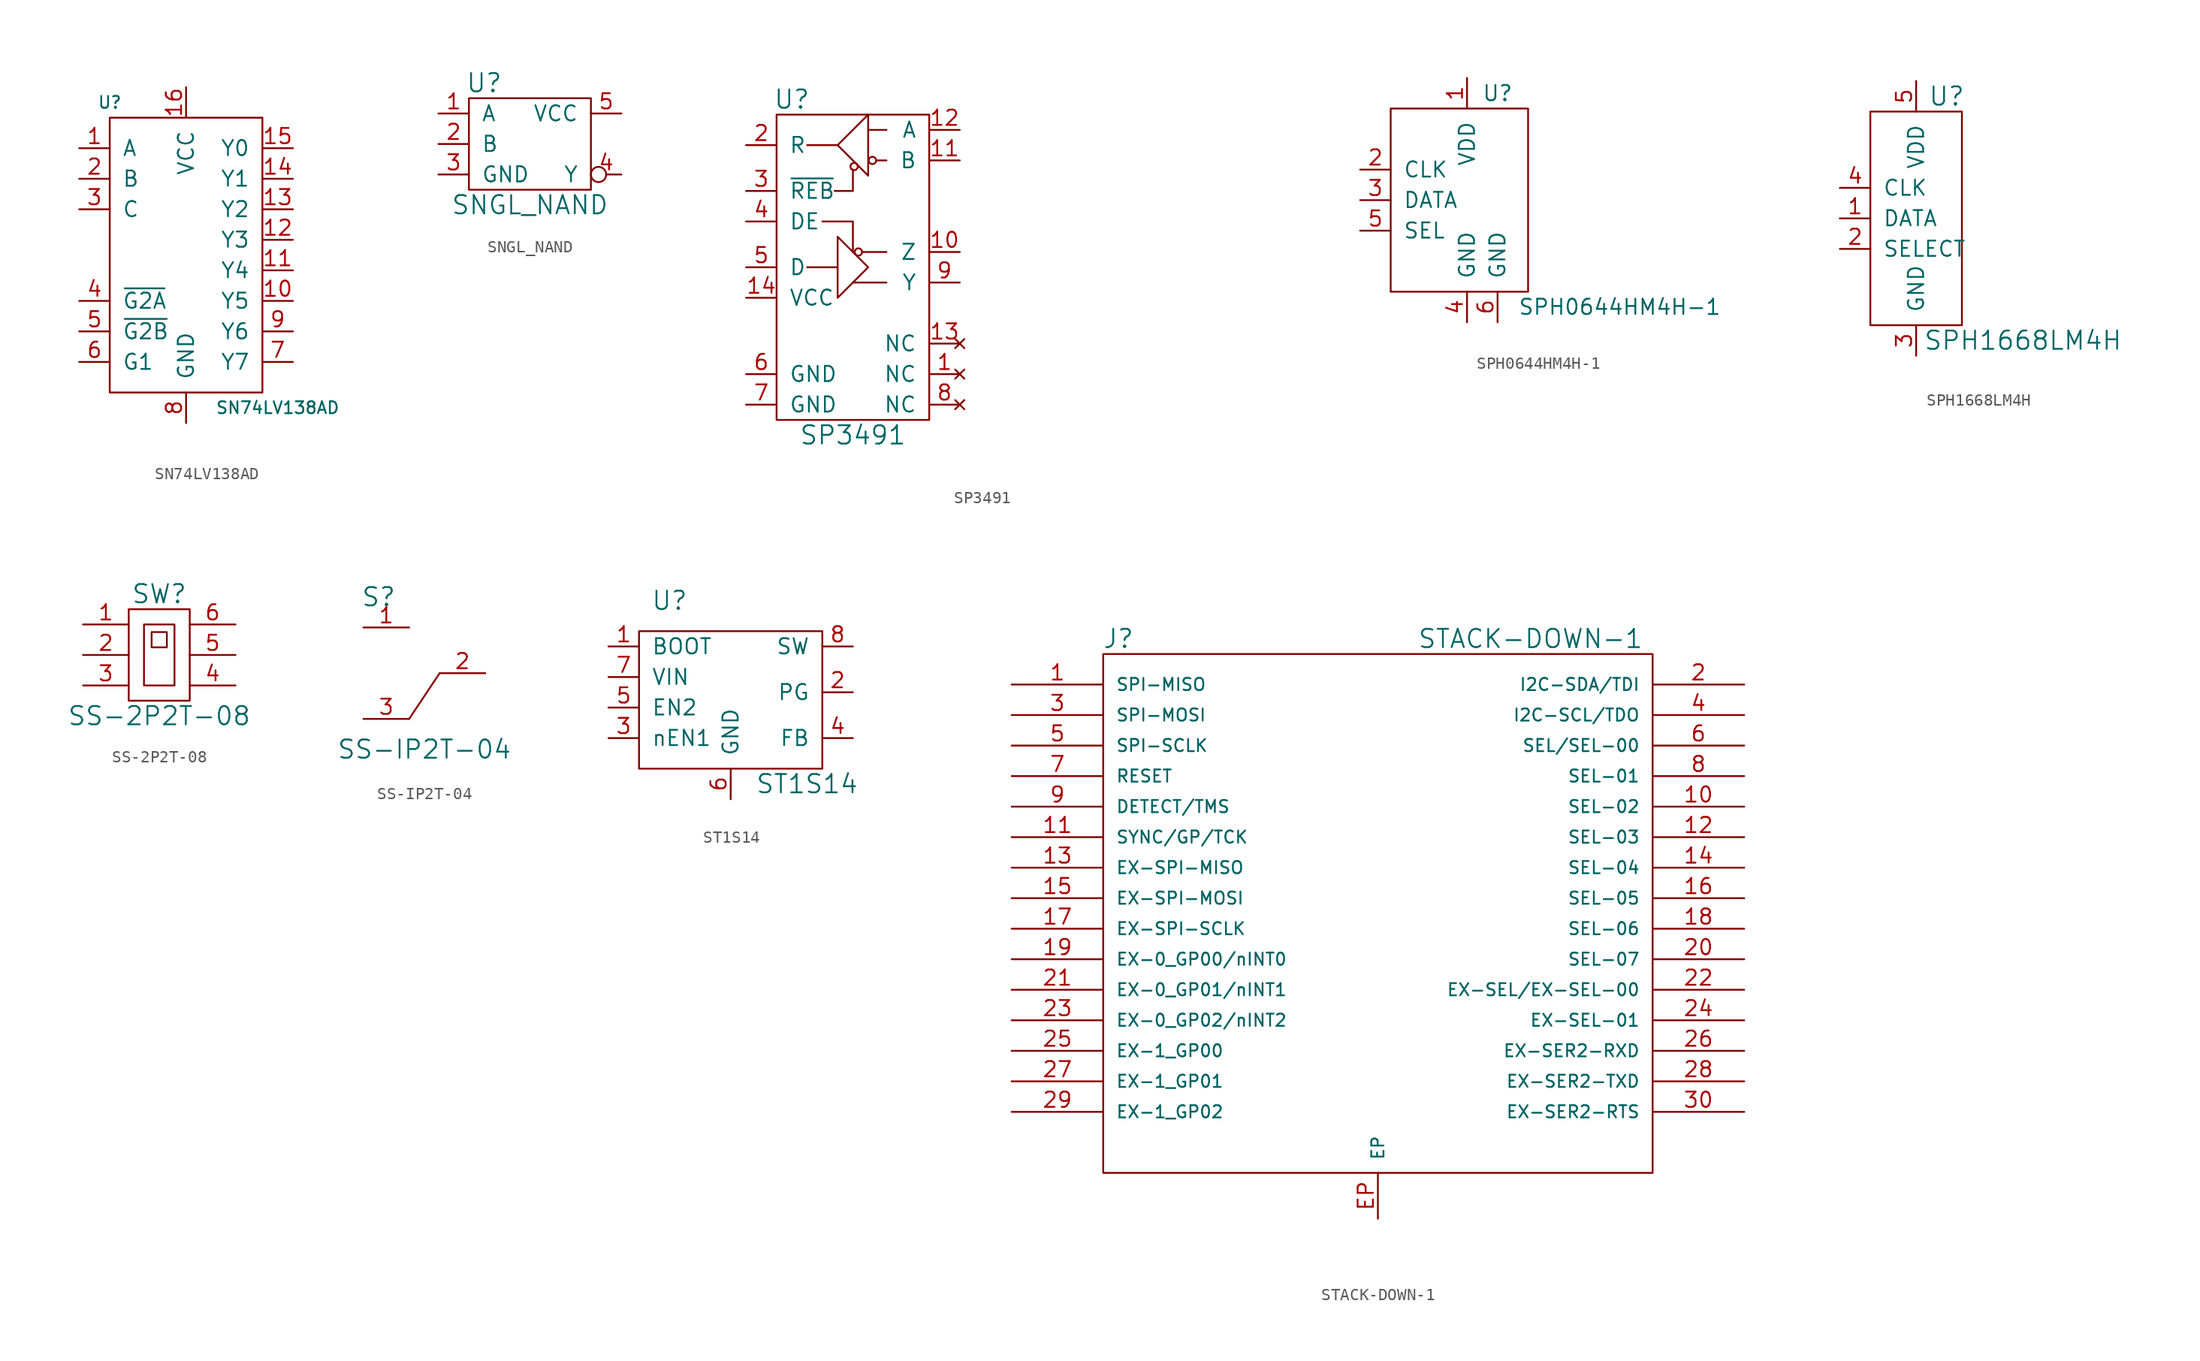
<source format=kicad_sym>
(kicad_symbol_lib
  (version 20211014)
  (generator kicad_symbol_editor)
  (symbol "SN74LV138AD"
    (pin_names
      (offset 1.016))
    (property "Reference" "U"
      (at -6.35 12.7 0)
      (effects (font (size 0.991 0.991))))
    (property "Value" "SN74LV138AD"
      (at 7.62 -12.7 0)
      (effects (font (size 0.991 0.991))))
    (symbol "SN74LV138AD_0_1"
      (rectangle (start -6.35 11.43) (end 6.35 -11.43) (stroke (width 0) (type default) (color 0 0 0 0)) (fill (type none))))
    (symbol "SN74LV138AD_1_1"
      (pin input line (at -8.89 8.89 0) (length 2.54) (name "A" (effects (font (size 1.27 1.27)))) (number "1" (effects (font (size 1.27 1.27)))))
      (pin input line (at 8.89 -3.81 180) (length 2.54) (name "Y5" (effects (font (size 1.27 1.27)))) (number "10" (effects (font (size 1.27 1.27)))))
      (pin input line (at 8.89 -1.27 180) (length 2.54) (name "Y4" (effects (font (size 1.27 1.27)))) (number "11" (effects (font (size 1.27 1.27)))))
      (pin input line (at 8.89 1.27 180) (length 2.54) (name "Y3" (effects (font (size 1.27 1.27)))) (number "12" (effects (font (size 1.27 1.27)))))
      (pin input line (at 8.89 3.81 180) (length 2.54) (name "Y2" (effects (font (size 1.27 1.27)))) (number "13" (effects (font (size 1.27 1.27)))))
      (pin input line (at 8.89 6.35 180) (length 2.54) (name "Y1" (effects (font (size 1.27 1.27)))) (number "14" (effects (font (size 1.27 1.27)))))
      (pin input line (at 8.89 8.89 180) (length 2.54) (name "Y0" (effects (font (size 1.27 1.27)))) (number "15" (effects (font (size 1.27 1.27)))))
      (pin input line (at 0 13.97 270) (length 2.54) (name "VCC" (effects (font (size 1.27 1.27)))) (number "16" (effects (font (size 1.27 1.27)))))
      (pin input line (at -8.89 6.35 0) (length 2.54) (name "B" (effects (font (size 1.27 1.27)))) (number "2" (effects (font (size 1.27 1.27)))))
      (pin input line (at -8.89 3.81 0) (length 2.54) (name "C" (effects (font (size 1.27 1.27)))) (number "3" (effects (font (size 1.27 1.27)))))
      (pin input line (at -8.89 -3.81 0) (length 2.54) (name "~{G2A}" (effects (font (size 1.27 1.27)))) (number "4" (effects (font (size 1.27 1.27)))))
      (pin input line (at -8.89 -6.35 0) (length 2.54) (name "~{G2B}" (effects (font (size 1.27 1.27)))) (number "5" (effects (font (size 1.27 1.27)))))
      (pin input line (at -8.89 -8.89 0) (length 2.54) (name "G1" (effects (font (size 1.27 1.27)))) (number "6" (effects (font (size 1.27 1.27)))))
      (pin input line (at 8.89 -8.89 180) (length 2.54) (name "Y7" (effects (font (size 1.27 1.27)))) (number "7" (effects (font (size 1.27 1.27)))))
      (pin input line (at 0 -13.97 90) (length 2.54) (name "GND" (effects (font (size 1.27 1.27)))) (number "8" (effects (font (size 1.27 1.27)))))
      (pin input line (at 8.89 -6.35 180) (length 2.54) (name "Y6" (effects (font (size 1.27 1.27)))) (number "9" (effects (font (size 1.27 1.27)))))))
  (symbol "SNGL_NAND"
    (pin_names
      (offset 1.016))
    (property "Reference" "U"
      (at -3.81 5.08 0)
      (effects (font (size 1.524 1.524))))
    (property "Value" "SNGL_NAND"
      (at 0 -5.08 0)
      (effects (font (size 1.524 1.524))))
    (property "Footprint" ""
      (at 3.81 6.35 0)
      (effects (font (size 1.524 1.524))))
    (property "Datasheet" ""
      (at 3.81 6.35 0)
      (effects (font (size 1.524 1.524))))
    (symbol "SNGL_NAND_0_1"
      (rectangle (start -5.08 3.81) (end 5.08 -3.81) (stroke (width 0) (type default) (color 0 0 0 0)) (fill (type none))))
    (symbol "SNGL_NAND_1_1"
      (pin input line (at -7.62 2.54 0) (length 2.54) (name "A" (effects (font (size 1.27 1.27)))) (number "1" (effects (font (size 1.27 1.27)))))
      (pin input line (at -7.62 0 0) (length 2.54) (name "B" (effects (font (size 1.27 1.27)))) (number "2" (effects (font (size 1.27 1.27)))))
      (pin passive line (at -7.62 -2.54 0) (length 2.54) (name "GND" (effects (font (size 1.27 1.27)))) (number "3" (effects (font (size 1.27 1.27)))))
      (pin output inverted (at 7.62 -2.54 180) (length 2.54) (name "Y" (effects (font (size 1.27 1.27)))) (number "4" (effects (font (size 1.27 1.27)))))
      (pin passive line (at 7.62 2.54 180) (length 2.54) (name "VCC" (effects (font (size 1.27 1.27)))) (number "5" (effects (font (size 1.27 1.27)))))))
  (symbol "SP3491"
    (pin_names
      (offset 1.016))
    (property "Reference" "U"
      (at -5.08 13.97 0)
      (effects (font (size 1.524 1.524))))
    (property "Value" "SP3491"
      (at 0 -13.97 0)
      (effects (font (size 1.524 1.524))))
    (property "Footprint" ""
      (at 30.48 -2.54 0)
      (effects (font (size 1.524 1.524))))
    (property "Datasheet" ""
      (at 30.48 -2.54 0)
      (effects (font (size 1.524 1.524))))
    (symbol "SP3491_0_1"
      (rectangle (start -6.35 12.7) (end 6.35 -12.7) (stroke (width 0) (type default) (color 0 0 0 0)) (fill (type none)))
      (polyline (pts (xy -3.81 0) (xy -1.27 0)) (stroke (width 0) (type default) (color 0 0 0 0)) (fill (type none)))
      (polyline (pts (xy -1.27 10.16) (xy -3.81 10.16)) (stroke (width 0) (type default) (color 0 0 0 0)) (fill (type none)))
      (polyline (pts (xy 1.27 11.43) (xy 2.794 11.43)) (stroke (width 0) (type default) (color 0 0 0 0)) (fill (type none)))
      (polyline (pts (xy 2.032 8.89) (xy 2.794 8.89)) (stroke (width 0) (type default) (color 0 0 0 0)) (fill (type none)))
      (polyline (pts (xy 2.794 -1.27) (xy 0 -1.27)) (stroke (width 0) (type default) (color 0 0 0 0)) (fill (type none)))
      (polyline (pts (xy 2.794 1.27) (xy 0.762 1.27)) (stroke (width 0) (type default) (color 0 0 0 0)) (fill (type none)))
      (polyline (pts (xy -2.54 3.81) (xy 0 3.81) (xy 0 1.27)) (stroke (width 0) (type default) (color 0 0 0 0)) (fill (type none)))
      (polyline (pts (xy 0 8.128) (xy 0 6.35) (xy -1.524 6.35)) (stroke (width 0) (type default) (color 0 0 0 0)) (fill (type none)))
      (polyline (pts (xy -1.27 10.16) (xy 1.27 12.7) (xy 1.27 7.62) (xy -1.27 10.16)) (stroke (width 0) (type default) (color 0 0 0 0)) (fill (type none)))
      (polyline (pts (xy 1.27 0) (xy -1.27 -2.54) (xy -1.27 2.54) (xy 1.27 0)) (stroke (width 0) (type default) (color 0 0 0 0)) (fill (type none)))
      (circle (center 0.102 8.382) (radius 0.305) (stroke (width 0) (type default) (color 0 0 0 0)) (fill (type none)))
      (circle (center 0.457 1.27) (radius 0.305) (stroke (width 0) (type default) (color 0 0 0 0)) (fill (type none)))
      (circle (center 1.626 8.89) (radius 0.305) (stroke (width 0) (type default) (color 0 0 0 0)) (fill (type none))))
    (symbol "SP3491_1_1"
      (pin no_connect line (at 8.89 -8.89 180) (length 2.54) (name "NC" (effects (font (size 1.27 1.27)))) (number "1" (effects (font (size 1.27 1.27)))))
      (pin passive line (at 8.89 1.27 180) (length 2.54) (name "Z" (effects (font (size 1.27 1.27)))) (number "10" (effects (font (size 1.27 1.27)))))
      (pin passive line (at 8.89 8.89 180) (length 2.54) (name "B" (effects (font (size 1.27 1.27)))) (number "11" (effects (font (size 1.27 1.27)))))
      (pin passive line (at 8.89 11.43 180) (length 2.54) (name "A" (effects (font (size 1.27 1.27)))) (number "12" (effects (font (size 1.27 1.27)))))
      (pin no_connect line (at 8.89 -6.35 180) (length 2.54) (name "NC" (effects (font (size 1.27 1.27)))) (number "13" (effects (font (size 1.27 1.27)))))
      (pin passive line (at -8.89 -2.54 0) (length 2.54) (name "VCC" (effects (font (size 1.27 1.27)))) (number "14" (effects (font (size 1.27 1.27)))))
      (pin passive line (at -8.89 10.16 0) (length 2.54) (name "R" (effects (font (size 1.27 1.27)))) (number "2" (effects (font (size 1.27 1.27)))))
      (pin passive line (at -8.89 6.35 0) (length 2.54) (name "~{REB}" (effects (font (size 1.27 1.27)))) (number "3" (effects (font (size 1.27 1.27)))))
      (pin passive line (at -8.89 3.81 0) (length 2.54) (name "DE" (effects (font (size 1.27 1.27)))) (number "4" (effects (font (size 1.27 1.27)))))
      (pin passive line (at -8.89 0 0) (length 2.54) (name "D" (effects (font (size 1.27 1.27)))) (number "5" (effects (font (size 1.27 1.27)))))
      (pin passive line (at -8.89 -8.89 0) (length 2.54) (name "GND" (effects (font (size 1.27 1.27)))) (number "6" (effects (font (size 1.27 1.27)))))
      (pin passive line (at -8.89 -11.43 0) (length 2.54) (name "GND" (effects (font (size 1.27 1.27)))) (number "7" (effects (font (size 1.27 1.27)))))
      (pin no_connect line (at 8.89 -11.43 180) (length 2.54) (name "NC" (effects (font (size 1.27 1.27)))) (number "8" (effects (font (size 1.27 1.27)))))
      (pin passive line (at 8.89 -1.27 180) (length 2.54) (name "Y" (effects (font (size 1.27 1.27)))) (number "9" (effects (font (size 1.27 1.27)))))))
  (symbol "SPH0644HM4H-1"
    (pin_names
      (offset 1.016))
    (property "Reference" "U"
      (at 1.27 8.89 0)
      (effects (font (size 1.27 1.27))))
    (property "Value" "SPH0644HM4H-1"
      (at 11.43 -8.89 0)
      (effects (font (size 1.27 1.27))))
    (symbol "SPH0644HM4H-1_0_1"
      (rectangle (start -7.62 7.62) (end 3.81 -7.62) (stroke (width 0) (type default) (color 0 0 0 0)) (fill (type none))))
    (symbol "SPH0644HM4H-1_1_1"
      (pin passive line (at -1.27 10.16 270) (length 2.54) (name "VDD" (effects (font (size 1.27 1.27)))) (number "1" (effects (font (size 1.27 1.27)))))
      (pin passive line (at -10.16 2.54 0) (length 2.54) (name "CLK" (effects (font (size 1.27 1.27)))) (number "2" (effects (font (size 1.27 1.27)))))
      (pin passive line (at -10.16 0 0) (length 2.54) (name "DATA" (effects (font (size 1.27 1.27)))) (number "3" (effects (font (size 1.27 1.27)))))
      (pin passive line (at -1.27 -10.16 90) (length 2.54) (name "GND" (effects (font (size 1.27 1.27)))) (number "4" (effects (font (size 1.27 1.27)))))
      (pin passive line (at -10.16 -2.54 0) (length 2.54) (name "SEL" (effects (font (size 1.27 1.27)))) (number "5" (effects (font (size 1.27 1.27)))))
      (pin passive line (at 1.27 -10.16 90) (length 2.54) (name "GND" (effects (font (size 1.27 1.27)))) (number "6" (effects (font (size 1.27 1.27)))))))
  (symbol "SPH1668LM4H"
    (pin_names
      (offset 1.016))
    (property "Reference" "U"
      (at 2.54 10.16 0)
      (effects (font (size 1.524 1.524))))
    (property "Value" "SPH1668LM4H"
      (at 8.89 -10.16 0)
      (effects (font (size 1.524 1.524))))
    (property "Footprint" ""
      (at 0 -1.27 0)
      (effects (font (size 1.524 1.524))))
    (property "Datasheet" ""
      (at 0 -1.27 0)
      (effects (font (size 1.524 1.524))))
    (symbol "SPH1668LM4H_0_1"
      (rectangle (start -3.81 8.89) (end 3.81 -8.89) (stroke (width 0) (type default) (color 0 0 0 0)) (fill (type none))))
    (symbol "SPH1668LM4H_1_1"
      (pin passive line (at -6.35 0 0) (length 2.54) (name "DATA" (effects (font (size 1.27 1.27)))) (number "1" (effects (font (size 1.27 1.27)))))
      (pin passive line (at -6.35 -2.54 0) (length 2.54) (name "SELECT" (effects (font (size 1.27 1.27)))) (number "2" (effects (font (size 1.27 1.27)))))
      (pin passive line (at 0 -11.43 90) (length 2.54) (name "GND" (effects (font (size 1.27 1.27)))) (number "3" (effects (font (size 1.27 1.27)))))
      (pin passive line (at -6.35 2.54 0) (length 2.54) (name "CLK" (effects (font (size 1.27 1.27)))) (number "4" (effects (font (size 1.27 1.27)))))
      (pin passive line (at 0 11.43 270) (length 2.54) (name "VDD" (effects (font (size 1.27 1.27)))) (number "5" (effects (font (size 1.27 1.27)))))))
  (symbol "SS-2P2T-08"
    (pin_names
      (offset 1.016))
    (property "Reference" "SW"
      (at 0 5.08 0)
      (effects (font (size 1.524 1.524))))
    (property "Value" "SS-2P2T-08"
      (at 0 -5.08 0)
      (effects (font (size 1.524 1.524))))
    (property "Footprint" ""
      (at 0 0 0)
      (effects (font (size 1.524 1.524))))
    (property "Datasheet" ""
      (at 0 0 0)
      (effects (font (size 1.524 1.524))))
    (symbol "SS-2P2T-08_0_1"
      (rectangle (start -2.54 3.81) (end 2.54 -3.81) (stroke (width 0) (type default) (color 0 0 0 0)) (fill (type none)))
      (rectangle (start -1.27 2.54) (end 1.27 -2.54) (stroke (width 0) (type default) (color 0 0 0 0)) (fill (type none)))
      (rectangle (start -0.635 1.905) (end 0.635 0.635) (stroke (width 0) (type default) (color 0 0 0 0)) (fill (type none))))
    (symbol "SS-2P2T-08_1_1"
      (pin passive line (at -6.35 2.54 0) (length 3.81) (name "~" (effects (font (size 1.27 1.27)))) (number "1" (effects (font (size 1.27 1.27)))))
      (pin passive line (at -6.35 0 0) (length 3.81) (name "~" (effects (font (size 1.27 1.27)))) (number "2" (effects (font (size 1.27 1.27)))))
      (pin passive line (at -6.35 -2.54 0) (length 3.81) (name "~" (effects (font (size 1.27 1.27)))) (number "3" (effects (font (size 1.27 1.27)))))
      (pin passive line (at 6.35 -2.54 180) (length 3.81) (name "~" (effects (font (size 1.27 1.27)))) (number "4" (effects (font (size 1.27 1.27)))))
      (pin passive line (at 6.35 0 180) (length 3.81) (name "~" (effects (font (size 1.27 1.27)))) (number "5" (effects (font (size 1.27 1.27)))))
      (pin passive line (at 6.35 2.54 180) (length 3.81) (name "~" (effects (font (size 1.27 1.27)))) (number "6" (effects (font (size 1.27 1.27)))))))
  (symbol "SS-IP2T-04"
    (pin_names
      (offset 1.016))
    (property "Reference" "S"
      (at -10.16 2.54 0)
      (effects (font (size 1.524 1.524))))
    (property "Value" "SS-IP2T-04"
      (at -6.35 -10.16 0)
      (effects (font (size 1.524 1.524))))
    (property "Footprint" ""
      (at 0 0 0)
      (effects (font (size 1.524 1.524))))
    (property "Datasheet" ""
      (at 0 0 0)
      (effects (font (size 1.524 1.524))))
    (symbol "SS-IP2T-04_0_1"
      (polyline (pts (xy -5.08 -3.81) (xy -7.62 -7.62) (xy -7.62 -7.62) (xy -7.62 -7.62)) (stroke (width 0) (type default) (color 0 0 0 0)) (fill (type none))))
    (symbol "SS-IP2T-04_1_1"
      (pin passive line (at -11.43 0 0) (length 3.81) (name "~" (effects (font (size 1.27 1.27)))) (number "1" (effects (font (size 1.27 1.27)))))
      (pin passive line (at -1.27 -3.81 180) (length 3.81) (name "~" (effects (font (size 1.27 1.27)))) (number "2" (effects (font (size 1.27 1.27)))))
      (pin passive line (at -11.43 -7.62 0) (length 3.81) (name "~" (effects (font (size 1.27 1.27)))) (number "3" (effects (font (size 1.27 1.27)))))))
  (symbol "ST1S14"
    (pin_names
      (offset 1.016))
    (property "Reference" "U"
      (at -5.08 7.62 0)
      (effects (font (size 1.524 1.524))))
    (property "Value" "ST1S14"
      (at 6.35 -7.62 0)
      (effects (font (size 1.524 1.524))))
    (property "Footprint" ""
      (at 0 0 0)
      (effects (font (size 1.524 1.524))))
    (property "Datasheet" ""
      (at 0 0 0)
      (effects (font (size 1.524 1.524))))
    (symbol "ST1S14_0_1"
      (rectangle (start -7.62 5.08) (end 7.62 -6.35) (stroke (width 0) (type default) (color 0 0 0 0)) (fill (type none))))
    (symbol "ST1S14_1_1"
      (pin passive line (at -10.16 3.81 0) (length 2.54) (name "BOOT" (effects (font (size 1.27 1.27)))) (number "1" (effects (font (size 1.27 1.27)))))
      (pin passive line (at 10.16 0 180) (length 2.54) (name "PG" (effects (font (size 1.27 1.27)))) (number "2" (effects (font (size 1.27 1.27)))))
      (pin passive line (at -10.16 -3.81 0) (length 2.54) (name "nEN1" (effects (font (size 1.27 1.27)))) (number "3" (effects (font (size 1.27 1.27)))))
      (pin passive line (at 10.16 -3.81 180) (length 2.54) (name "FB" (effects (font (size 1.27 1.27)))) (number "4" (effects (font (size 1.27 1.27)))))
      (pin passive line (at -10.16 -1.27 0) (length 2.54) (name "EN2" (effects (font (size 1.27 1.27)))) (number "5" (effects (font (size 1.27 1.27)))))
      (pin passive line (at 0 -8.89 90) (length 2.54) (name "GND" (effects (font (size 1.27 1.27)))) (number "6" (effects (font (size 1.27 1.27)))))
      (pin passive line (at -10.16 1.27 0) (length 2.54) (name "VIN" (effects (font (size 1.27 1.27)))) (number "7" (effects (font (size 1.27 1.27)))))
      (pin passive line (at 10.16 3.81 180) (length 2.54) (name "SW" (effects (font (size 1.27 1.27)))) (number "8" (effects (font (size 1.27 1.27)))))))
  (symbol "STACK-DOWN-1"
    (pin_names
      (offset 1.016))
    (property "Reference" "J"
      (at -21.59 21.59 0)
      (effects (font (size 1.524 1.524))))
    (property "Value" "STACK-DOWN-1"
      (at 12.7 21.59 0)
      (effects (font (size 1.524 1.524))))
    (property "Footprint" ""
      (at 0 0 0)
      (effects (font (size 1.524 1.524))))
    (property "Datasheet" ""
      (at 0 0 0)
      (effects (font (size 1.524 1.524))))
    (symbol "STACK-DOWN-1_0_1"
      (rectangle (start -22.86 20.32) (end 22.86 -22.86) (stroke (width 0) (type default) (color 0 0 0 0)) (fill (type none))))
    (symbol "STACK-DOWN-1_1_1"
      (pin passive line (at -30.48 17.78 0) (length 7.62) (name "SPI-MISO" (effects (font (size 1.016 1.016)))) (number "1" (effects (font (size 1.27 1.27)))))
      (pin passive line (at 30.48 7.62 180) (length 7.62) (name "SEL-02" (effects (font (size 1.016 1.016)))) (number "10" (effects (font (size 1.27 1.27)))))
      (pin passive line (at -30.48 5.08 0) (length 7.62) (name "SYNC/GP/TCK" (effects (font (size 1.016 1.016)))) (number "11" (effects (font (size 1.27 1.27)))))
      (pin passive line (at 30.48 5.08 180) (length 7.62) (name "SEL-03" (effects (font (size 1.016 1.016)))) (number "12" (effects (font (size 1.27 1.27)))))
      (pin passive line (at -30.48 2.54 0) (length 7.62) (name "EX-SPI-MISO" (effects (font (size 1.016 1.016)))) (number "13" (effects (font (size 1.27 1.27)))))
      (pin passive line (at 30.48 2.54 180) (length 7.62) (name "SEL-04" (effects (font (size 1.016 1.016)))) (number "14" (effects (font (size 1.27 1.27)))))
      (pin passive line (at -30.48 0 0) (length 7.62) (name "EX-SPI-MOSI" (effects (font (size 1.016 1.016)))) (number "15" (effects (font (size 1.27 1.27)))))
      (pin passive line (at 30.48 0 180) (length 7.62) (name "SEL-05" (effects (font (size 1.016 1.016)))) (number "16" (effects (font (size 1.27 1.27)))))
      (pin input line (at -30.48 -2.54 0) (length 7.62) (name "EX-SPI-SCLK" (effects (font (size 1.016 1.016)))) (number "17" (effects (font (size 1.27 1.27)))))
      (pin passive line (at 30.48 -2.54 180) (length 7.62) (name "SEL-06" (effects (font (size 1.016 1.016)))) (number "18" (effects (font (size 1.27 1.27)))))
      (pin input line (at -30.48 -5.08 0) (length 7.62) (name "EX-0_GP00/nINT0" (effects (font (size 1.016 1.016)))) (number "19" (effects (font (size 1.27 1.27)))))
      (pin passive line (at 30.48 17.78 180) (length 7.62) (name "I2C-SDA/TDI" (effects (font (size 1.016 1.016)))) (number "2" (effects (font (size 1.27 1.27)))))
      (pin passive line (at 30.48 -5.08 180) (length 7.62) (name "SEL-07" (effects (font (size 1.016 1.016)))) (number "20" (effects (font (size 1.27 1.27)))))
      (pin passive line (at -30.48 -7.62 0) (length 7.62) (name "EX-0_GP01/nINT1" (effects (font (size 1.016 1.016)))) (number "21" (effects (font (size 1.27 1.27)))))
      (pin passive line (at 30.48 -7.62 180) (length 7.62) (name "EX-SEL/EX-SEL-00" (effects (font (size 1.016 1.016)))) (number "22" (effects (font (size 1.27 1.27)))))
      (pin passive line (at -30.48 -10.16 0) (length 7.62) (name "EX-0_GP02/nINT2" (effects (font (size 1.016 1.016)))) (number "23" (effects (font (size 1.27 1.27)))))
      (pin passive line (at 30.48 -10.16 180) (length 7.62) (name "EX-SEL-01" (effects (font (size 1.016 1.016)))) (number "24" (effects (font (size 1.27 1.27)))))
      (pin passive line (at -30.48 -12.7 0) (length 7.62) (name "EX-1_GP00" (effects (font (size 1.016 1.016)))) (number "25" (effects (font (size 1.27 1.27)))))
      (pin passive line (at 30.48 -12.7 180) (length 7.62) (name "EX-SER2-RXD" (effects (font (size 1.016 1.016)))) (number "26" (effects (font (size 1.27 1.27)))))
      (pin passive line (at -30.48 -15.24 0) (length 7.62) (name "EX-1_GP01" (effects (font (size 1.016 1.016)))) (number "27" (effects (font (size 1.27 1.27)))))
      (pin passive line (at 30.48 -15.24 180) (length 7.62) (name "EX-SER2-TXD" (effects (font (size 1.016 1.016)))) (number "28" (effects (font (size 1.27 1.27)))))
      (pin passive line (at -30.48 -17.78 0) (length 7.62) (name "EX-1_GP02" (effects (font (size 1.016 1.016)))) (number "29" (effects (font (size 1.27 1.27)))))
      (pin passive line (at -30.48 15.24 0) (length 7.62) (name "SPI-MOSI" (effects (font (size 1.016 1.016)))) (number "3" (effects (font (size 1.27 1.27)))))
      (pin passive line (at 30.48 -17.78 180) (length 7.62) (name "EX-SER2-RTS" (effects (font (size 1.016 1.016)))) (number "30" (effects (font (size 1.27 1.27)))))
      (pin passive line (at 30.48 15.24 180) (length 7.62) (name "I2C-SCL/TDO" (effects (font (size 1.016 1.016)))) (number "4" (effects (font (size 1.27 1.27)))))
      (pin passive line (at -30.48 12.7 0) (length 7.62) (name "SPI-SCLK" (effects (font (size 1.016 1.016)))) (number "5" (effects (font (size 1.27 1.27)))))
      (pin passive line (at 30.48 12.7 180) (length 7.62) (name "SEL/SEL-00" (effects (font (size 1.016 1.016)))) (number "6" (effects (font (size 1.27 1.27)))))
      (pin passive line (at -30.48 10.16 0) (length 7.62) (name "RESET" (effects (font (size 1.016 1.016)))) (number "7" (effects (font (size 1.27 1.27)))))
      (pin passive line (at 30.48 10.16 180) (length 7.62) (name "SEL-01" (effects (font (size 1.016 1.016)))) (number "8" (effects (font (size 1.27 1.27)))))
      (pin passive line (at -30.48 7.62 0) (length 7.62) (name "DETECT/TMS" (effects (font (size 1.016 1.016)))) (number "9" (effects (font (size 1.27 1.27)))))
      (pin passive line (at 0 -26.67 90) (length 3.81) (name "EP" (effects (font (size 1.016 1.016)))) (number "EP" (effects (font (size 1.27 1.27))))))))
</source>
